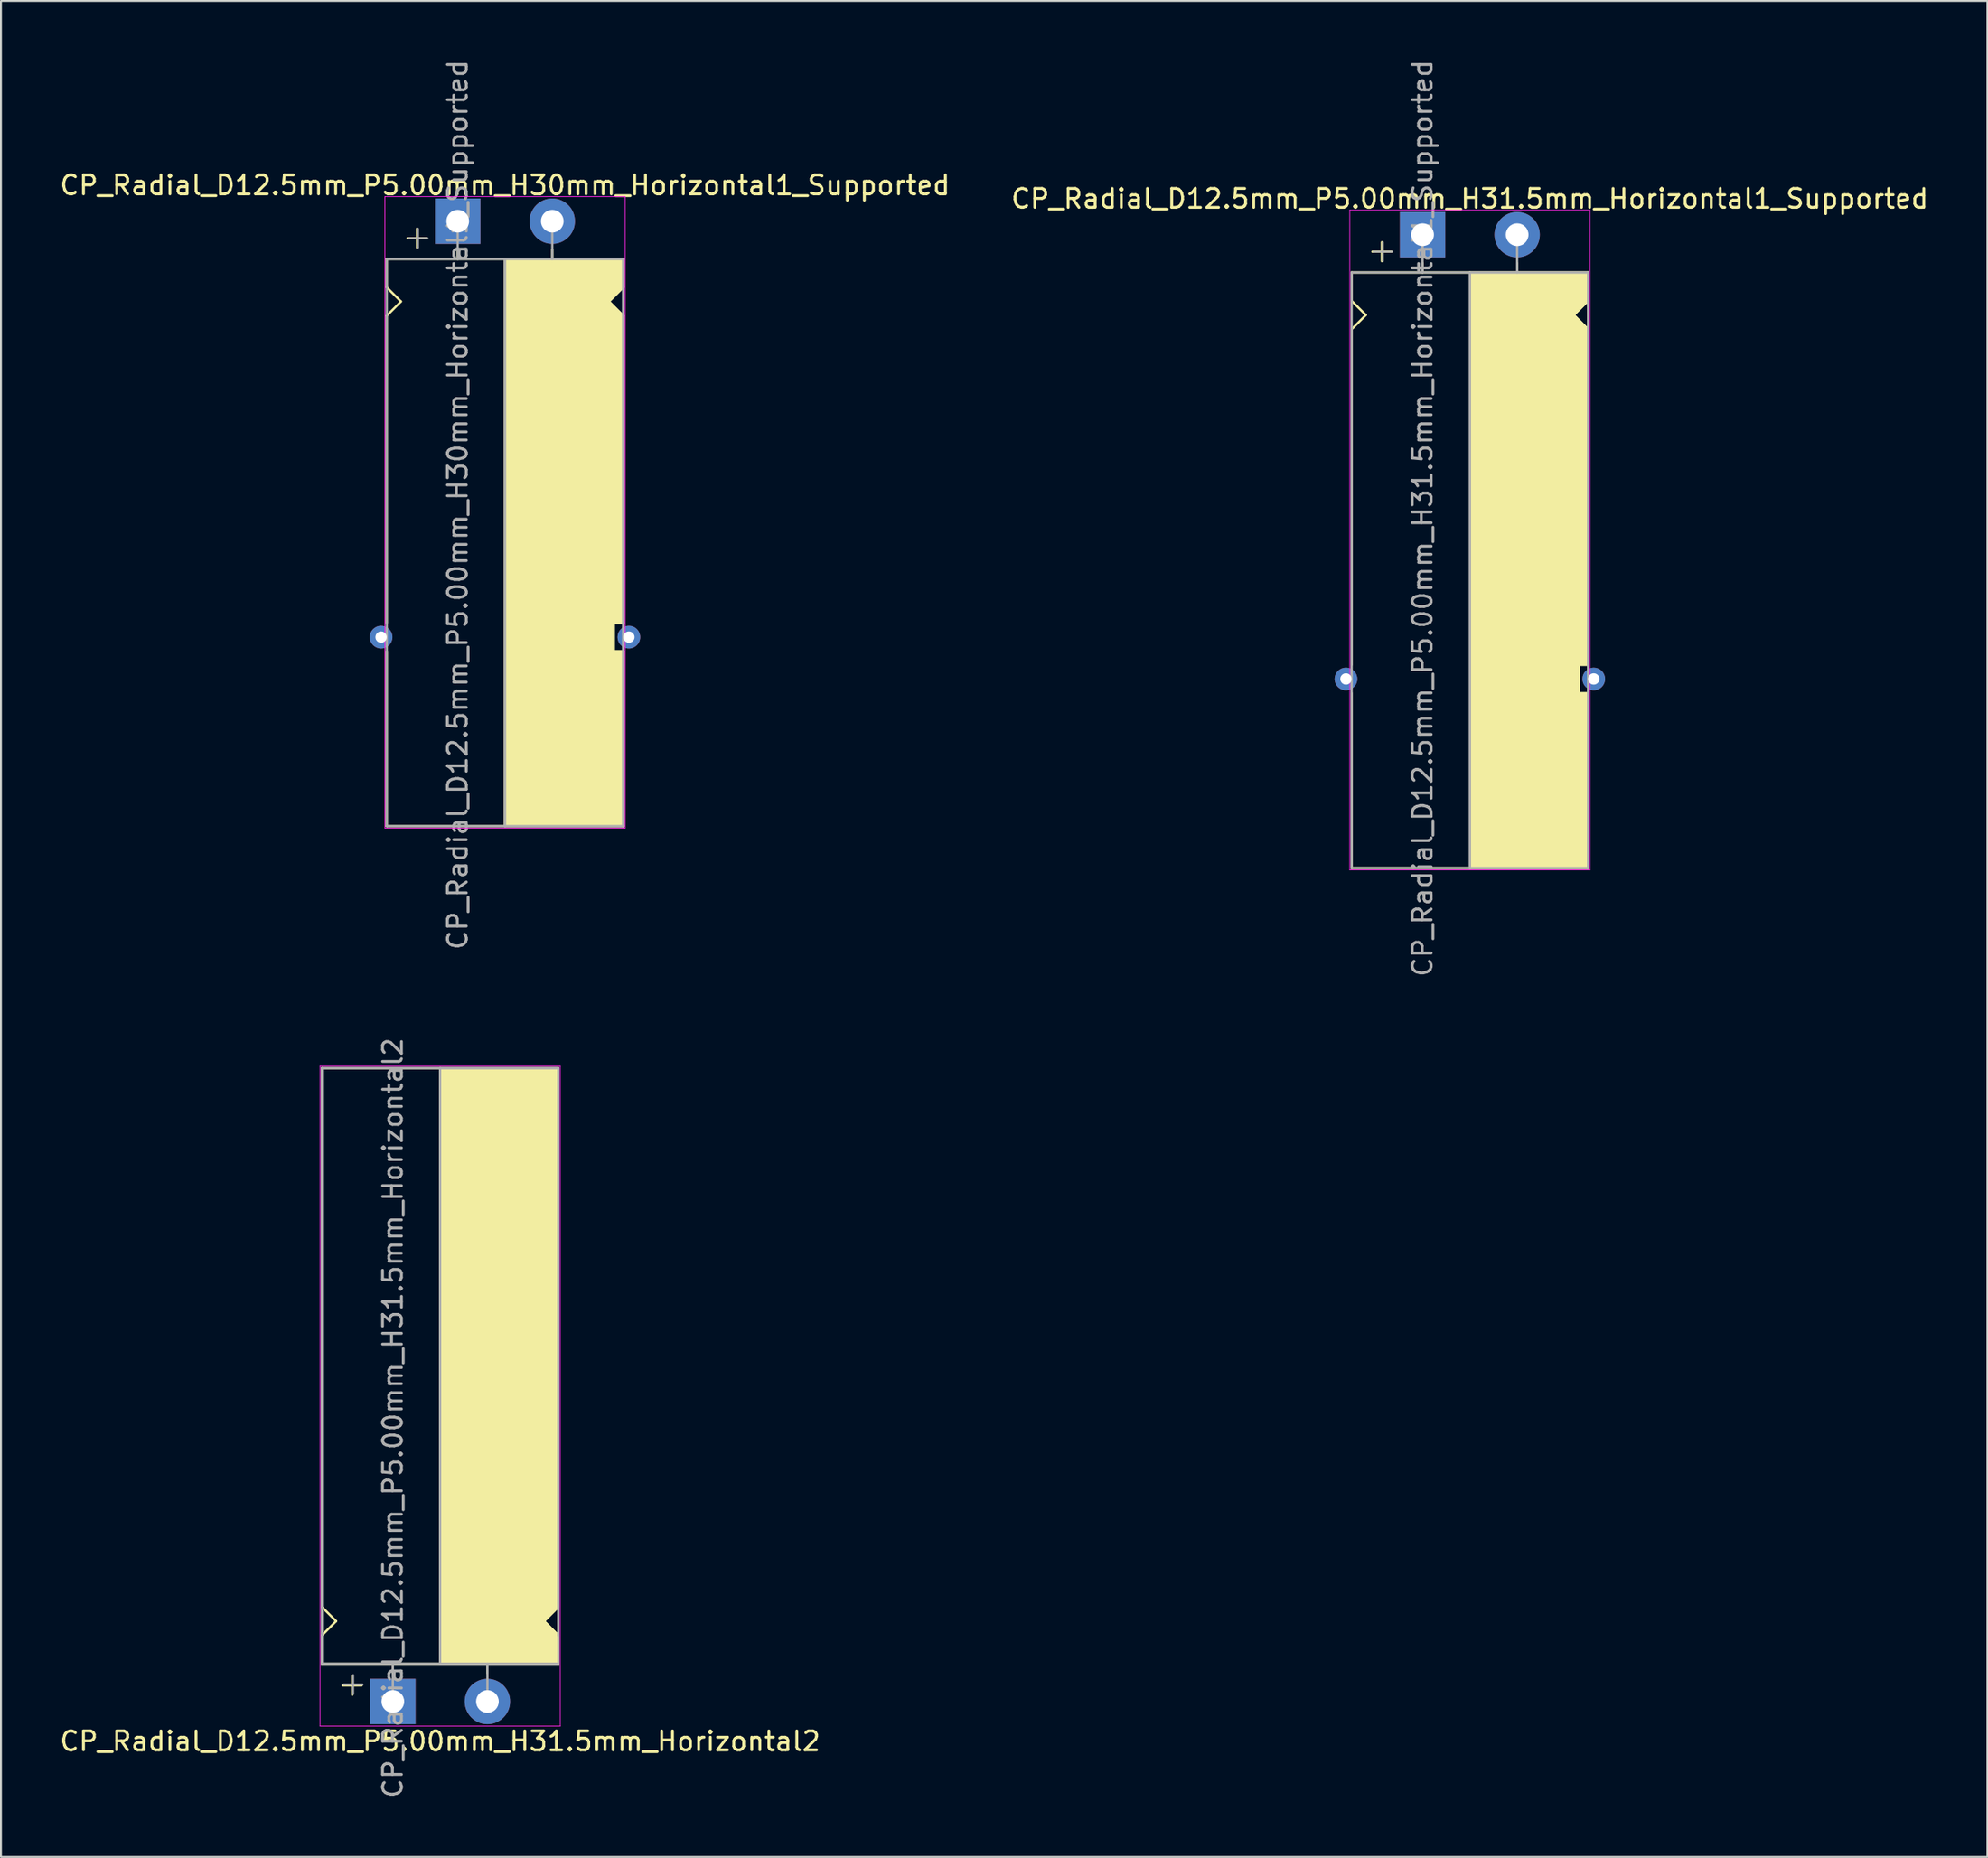
<source format=kicad_pcb>
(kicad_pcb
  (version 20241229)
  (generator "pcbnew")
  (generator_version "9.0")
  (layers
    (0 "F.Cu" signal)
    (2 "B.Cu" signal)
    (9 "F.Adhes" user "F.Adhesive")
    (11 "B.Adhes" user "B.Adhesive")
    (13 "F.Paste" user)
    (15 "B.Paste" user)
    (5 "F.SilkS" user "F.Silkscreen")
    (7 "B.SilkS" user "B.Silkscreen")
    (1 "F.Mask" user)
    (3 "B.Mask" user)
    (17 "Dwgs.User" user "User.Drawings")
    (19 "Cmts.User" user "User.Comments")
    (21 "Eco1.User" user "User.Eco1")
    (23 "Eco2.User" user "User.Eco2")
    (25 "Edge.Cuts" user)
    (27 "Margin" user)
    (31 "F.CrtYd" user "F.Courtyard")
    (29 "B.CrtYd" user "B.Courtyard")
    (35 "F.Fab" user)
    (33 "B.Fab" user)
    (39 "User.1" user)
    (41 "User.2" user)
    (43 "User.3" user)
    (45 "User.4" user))
  (footprint "CP_Radial_D12.5mm_P5.00mm_H31.5mm_Horizontal2"
    (layer "F.Cu")
    (at 17.72 86.946)
    (property "Reference" "CP_Radial_D12.5mm_P5.00mm_H31.5mm_Horizontal2" (at 2.5 2.1 180) (layer "F.SilkS") (effects (font (size 1 1) (thickness 0.15))))
    (attr through_hole)
    (fp_line (start -3.75 -5) (end -3.75 -33.5) (stroke (width 0.12) (type solid)) (layer "F.SilkS"))
    (fp_line (start -3.75 -3.5) (end -3 -4.25) (stroke (width 0.12) (type solid)) (layer "F.SilkS"))
    (fp_line (start -3.75 -2) (end -3.75 -3.5) (stroke (width 0.12) (type solid)) (layer "F.SilkS"))
    (fp_line (start -3 -4.25) (end -3.75 -5) (stroke (width 0.12) (type solid)) (layer "F.SilkS"))
    (fp_line (start -2.15 -1.35) (end -2.15 -0.35) (stroke (width 0.12) (type solid)) (layer "F.SilkS"))
    (fp_line (start -1.65 -0.85) (end -2.65 -0.85) (stroke (width 0.12) (type solid)) (layer "F.SilkS"))
    (fp_line (start 0 -1.5) (end 0 -2) (stroke (width 0.12) (type solid)) (layer "F.SilkS"))
    (fp_line (start 2.5 -2) (end -3.75 -2) (stroke (width 0.12) (type solid)) (layer "F.SilkS"))
    (fp_line (start 2.5 -2) (end 2.5 -33.5) (stroke (width 0.12) (type solid)) (layer "F.SilkS"))
    (fp_line (start 2.5 -2) (end 8.75 -2) (stroke (width 0.12) (type solid)) (layer "F.SilkS"))
    (fp_line (start 5 -1.5) (end 5 -2) (stroke (width 0.12) (type solid)) (layer "F.SilkS"))
    (fp_line (start 8 -4.25) (end 8.75 -5) (stroke (width 0.12) (type solid)) (layer "F.SilkS"))
    (fp_line (start 8.75 -33.5) (end -3.75 -33.5) (stroke (width 0.12) (type solid)) (layer "F.SilkS"))
    (fp_line (start 8.75 -5) (end 8.75 -33.5) (stroke (width 0.12) (type solid)) (layer "F.SilkS"))
    (fp_line (start 8.75 -3.5) (end 8 -4.25) (stroke (width 0.12) (type solid)) (layer "F.SilkS"))
    (fp_line (start 8.75 -2) (end 8.75 -3.5) (stroke (width 0.12) (type solid)) (layer "F.SilkS"))
    (fp_poly (pts (xy 8.75 -3.5) (xy 8 -4.25) (xy 8.75 -5) (xy 8.75 -33.5) (xy 2.5 -33.5) (xy 2.5 -2) (xy 8.75 -2)) (stroke (width 0.1) (type solid)) (fill yes) (layer "F.SilkS"))
    (fp_line (start -3.85 -33.6) (end -3.85 1.3) (stroke (width 0.04) (type solid)) (layer "F.CrtYd"))
    (fp_line (start 8.85 -33.6) (end -3.85 -33.6) (stroke (width 0.04) (type solid)) (layer "F.CrtYd"))
    (fp_line (start 8.85 1.3) (end -3.85 1.3) (stroke (width 0.04) (type solid)) (layer "F.CrtYd"))
    (fp_line (start 8.85 1.3) (end 8.85 -33.6) (stroke (width 0.04) (type solid)) (layer "F.CrtYd"))
    (fp_line (start -3.75 -33.5) (end 8.75 -33.5) (stroke (width 0.12) (type solid)) (layer "F.Fab"))
    (fp_line (start -3.75 -2) (end -3.75 -33.5) (stroke (width 0.12) (type solid)) (layer "F.Fab"))
    (fp_line (start -2.6 -0.9) (end -1.6 -0.9) (stroke (width 0.1) (type solid)) (layer "F.Fab"))
    (fp_line (start -2.1 -0.4) (end -2.1 -1.4) (stroke (width 0.1) (type solid)) (layer "F.Fab"))
    (fp_line (start 0 -2) (end -3.75 -2) (stroke (width 0.12) (type solid)) (layer "F.Fab"))
    (fp_line (start 0 0) (end 0 -2) (stroke (width 0.12) (type solid)) (layer "F.Fab"))
    (fp_line (start 2.5 -2) (end 2.5 -33.5) (stroke (width 0.12) (type solid)) (layer "F.Fab"))
    (fp_line (start 5 -2) (end 5 0) (stroke (width 0.12) (type solid)) (layer "F.Fab"))
    (fp_line (start 8.75 -33.5) (end 8.75 -3.5) (stroke (width 0.12) (type solid)) (layer "F.Fab"))
    (fp_line (start 8.75 -2) (end 0 -2) (stroke (width 0.12) (type solid)) (layer "F.Fab"))
    (fp_poly (pts (xy 8.75 -33.5) (xy 2.5 -33.5) (xy 2.5 -2) (xy 8.75 -2)) (stroke (width 0.1) (type solid)) (fill no) (layer "F.Fab"))
    (fp_text user "${REFERENCE}" (at 0 -15 90) (layer "F.Fab") (effects (font (size 1 1) (thickness 0.15))))
    (pad "1" thru_hole rect (at 0 0) (size 2.4 2.4) (drill 1.2) (layers "*.Cu" "*.Mask"))
    (pad "2" thru_hole circle (at 5 0) (size 2.4 2.4) (drill 1.2) (layers "*.Cu" "*.Mask")))
  (footprint "CP_Radial_D12.5mm_P5.00mm_H31.5mm_Horizontal1_Supported"
    (layer "F.Cu")
    (at 72.161 9.363)
    (property "Reference" "CP_Radial_D12.5mm_P5.00mm_H31.5mm_Horizontal1_Supported" (at 2.5 -1.9 180) (layer "F.SilkS") (effects (font (size 1 1) (thickness 0.15))))
    (attr through_hole)
    (fp_line (start -3.75 2) (end -3.75 3.5) (stroke (width 0.12) (type solid)) (layer "F.SilkS"))
    (fp_line (start -3.75 3.5) (end -3 4.25) (stroke (width 0.12) (type solid)) (layer "F.SilkS"))
    (fp_line (start -3.75 5) (end -3.75 22.75) (stroke (width 0.12) (type solid)) (layer "F.SilkS"))
    (fp_line (start -3.75 33.5) (end -3.75 24.25) (stroke (width 0.12) (type solid)) (layer "F.SilkS"))
    (fp_line (start -3 4.25) (end -3.75 5) (stroke (width 0.12) (type solid)) (layer "F.SilkS"))
    (fp_line (start -2.15 0.4) (end -2.15 1.4) (stroke (width 0.12) (type solid)) (layer "F.SilkS"))
    (fp_line (start -1.65 0.9) (end -2.65 0.9) (stroke (width 0.12) (type solid)) (layer "F.SilkS"))
    (fp_line (start 0 1.5) (end 0 2) (stroke (width 0.12) (type solid)) (layer "F.SilkS"))
    (fp_line (start 2.5 2) (end -3.75 2) (stroke (width 0.12) (type solid)) (layer "F.SilkS"))
    (fp_line (start 2.5 2) (end 2.5 33.5) (stroke (width 0.12) (type solid)) (layer "F.SilkS"))
    (fp_line (start 2.5 2) (end 8.75 2) (stroke (width 0.12) (type solid)) (layer "F.SilkS"))
    (fp_line (start 5 1.5) (end 5 2) (stroke (width 0.12) (type solid)) (layer "F.SilkS"))
    (fp_line (start 8 4.25) (end 8.75 5) (stroke (width 0.12) (type solid)) (layer "F.SilkS"))
    (fp_line (start 8.25 22.75) (end 8.75 22.75) (stroke (width 0.12) (type solid)) (layer "F.SilkS"))
    (fp_line (start 8.25 24.25) (end 8.25 22.75) (stroke (width 0.12) (type solid)) (layer "F.SilkS"))
    (fp_line (start 8.75 2) (end 8.75 3.5) (stroke (width 0.12) (type solid)) (layer "F.SilkS"))
    (fp_line (start 8.75 3.5) (end 8 4.25) (stroke (width 0.12) (type solid)) (layer "F.SilkS"))
    (fp_line (start 8.75 5) (end 8.75 22.75) (stroke (width 0.12) (type solid)) (layer "F.SilkS"))
    (fp_line (start 8.75 24.25) (end 8.25 24.25) (stroke (width 0.12) (type solid)) (layer "F.SilkS"))
    (fp_line (start 8.75 33.5) (end -3.75 33.5) (stroke (width 0.12) (type solid)) (layer "F.SilkS"))
    (fp_line (start 8.75 33.5) (end 8.75 24.25) (stroke (width 0.12) (type solid)) (layer "F.SilkS"))
    (fp_poly (pts (xy 8.75 3.5) (xy 8 4.25) (xy 8.75 5) (xy 8.75 22.75) (xy 8.25 22.75) (xy 8.25 24.25) (xy 8.75 24.25) (xy 8.75 33.5) (xy 2.5 33.5) (xy 2.5 2) (xy 8.75 2)) (stroke (width 0.1) (type solid)) (fill yes) (layer "F.SilkS"))
    (fp_line (start -3.85 -1.3) (end 8.85 -1.3) (stroke (width 0.04) (type solid)) (layer "F.CrtYd"))
    (fp_line (start -3.85 33.6) (end -3.85 -1.3) (stroke (width 0.04) (type solid)) (layer "F.CrtYd"))
    (fp_line (start 8.85 -1.3) (end 8.85 33.6) (stroke (width 0.04) (type solid)) (layer "F.CrtYd"))
    (fp_line (start 8.85 33.6) (end -3.85 33.6) (stroke (width 0.04) (type solid)) (layer "F.CrtYd"))
    (fp_line (start -3.75 2) (end -3.75 33.5) (stroke (width 0.12) (type solid)) (layer "F.Fab"))
    (fp_line (start -3.75 33.5) (end 8.75 33.5) (stroke (width 0.12) (type solid)) (layer "F.Fab"))
    (fp_line (start -2.6 0.9) (end -1.6 0.9) (stroke (width 0.1) (type solid)) (layer "F.Fab"))
    (fp_line (start -2.1 1.4) (end -2.1 0.4) (stroke (width 0.1) (type solid)) (layer "F.Fab"))
    (fp_line (start 0 0) (end 0 2) (stroke (width 0.12) (type solid)) (layer "F.Fab"))
    (fp_line (start 0 2) (end -3.75 2) (stroke (width 0.12) (type solid)) (layer "F.Fab"))
    (fp_line (start 2.5 2) (end 2.5 33.5) (stroke (width 0.12) (type solid)) (layer "F.Fab"))
    (fp_line (start 5 2) (end 5 0) (stroke (width 0.12) (type solid)) (layer "F.Fab"))
    (fp_line (start 8.75 2) (end 0 2) (stroke (width 0.12) (type solid)) (layer "F.Fab"))
    (fp_line (start 8.75 33.5) (end 8.75 2) (stroke (width 0.12) (type solid)) (layer "F.Fab"))
    (fp_poly (pts (xy 8.75 33.5) (xy 2.5 33.5) (xy 2.5 2) (xy 8.75 2)) (stroke (width 0.1) (type solid)) (fill no) (layer "F.Fab"))
    (fp_text user "${REFERENCE}" (at 0 15 90) (layer "F.Fab") (effects (font (size 1 1) (thickness 0.15))))
    (pad "" thru_hole circle (at -4.05 23.5) (size 1.2 1.2) (drill 0.6) (layers "*.Cu" "*.Mask"))
    (pad "" thru_hole circle (at 9.05 23.5) (size 1.2 1.2) (drill 0.6) (layers "*.Cu" "*.Mask"))
    (pad "1" thru_hole rect (at 0 0) (size 2.4 2.4) (drill 1.2) (layers "*.Cu" "*.Mask"))
    (pad "2" thru_hole circle (at 5 0) (size 2.4 2.4) (drill 1.2) (layers "*.Cu" "*.Mask")))
  (footprint "CP_Radial_D12.5mm_P5.00mm_H30mm_Horizontal1_Supported"
    (layer "F.Cu")
    (at 21.149 8.649)
    (property "Reference" "CP_Radial_D12.5mm_P5.00mm_H30mm_Horizontal1_Supported" (at 2.5 -1.9 180) (layer "F.SilkS") (effects (font (size 1 1) (thickness 0.15))))
    (attr through_hole)
    (fp_line (start -3.75 2) (end -3.75 3.5) (stroke (width 0.12) (type solid)) (layer "F.SilkS"))
    (fp_line (start -3.75 3.5) (end -3 4.25) (stroke (width 0.12) (type solid)) (layer "F.SilkS"))
    (fp_line (start -3.75 5) (end -3.75 21.25) (stroke (width 0.12) (type solid)) (layer "F.SilkS"))
    (fp_line (start -3.75 32) (end -3.75 22.75) (stroke (width 0.12) (type solid)) (layer "F.SilkS"))
    (fp_line (start -3 4.25) (end -3.75 5) (stroke (width 0.12) (type solid)) (layer "F.SilkS"))
    (fp_line (start -2.15 0.4) (end -2.15 1.4) (stroke (width 0.12) (type solid)) (layer "F.SilkS"))
    (fp_line (start -1.65 0.9) (end -2.65 0.9) (stroke (width 0.12) (type solid)) (layer "F.SilkS"))
    (fp_line (start 0 1.5) (end 0 2) (stroke (width 0.12) (type solid)) (layer "F.SilkS"))
    (fp_line (start 2.5 2) (end -3.75 2) (stroke (width 0.12) (type solid)) (layer "F.SilkS"))
    (fp_line (start 2.5 2) (end 2.5 32) (stroke (width 0.12) (type solid)) (layer "F.SilkS"))
    (fp_line (start 2.5 2) (end 8.75 2) (stroke (width 0.12) (type solid)) (layer "F.SilkS"))
    (fp_line (start 5 1.5) (end 5 2) (stroke (width 0.12) (type solid)) (layer "F.SilkS"))
    (fp_line (start 8 4.25) (end 8.75 5) (stroke (width 0.12) (type solid)) (layer "F.SilkS"))
    (fp_line (start 8.25 21.25) (end 8.75 21.25) (stroke (width 0.12) (type solid)) (layer "F.SilkS"))
    (fp_line (start 8.25 22.75) (end 8.25 21.25) (stroke (width 0.12) (type solid)) (layer "F.SilkS"))
    (fp_line (start 8.75 2) (end 8.75 3.5) (stroke (width 0.12) (type solid)) (layer "F.SilkS"))
    (fp_line (start 8.75 3.5) (end 8 4.25) (stroke (width 0.12) (type solid)) (layer "F.SilkS"))
    (fp_line (start 8.75 5) (end 8.75 21.25) (stroke (width 0.12) (type solid)) (layer "F.SilkS"))
    (fp_line (start 8.75 22.75) (end 8.25 22.75) (stroke (width 0.12) (type solid)) (layer "F.SilkS"))
    (fp_line (start 8.75 32) (end -3.75 32) (stroke (width 0.12) (type solid)) (layer "F.SilkS"))
    (fp_line (start 8.75 32) (end 8.75 22.75) (stroke (width 0.12) (type solid)) (layer "F.SilkS"))
    (fp_poly (pts (xy 8.75 3.5) (xy 8 4.25) (xy 8.75 5) (xy 8.75 21.25) (xy 8.25 21.25) (xy 8.25 22.75) (xy 8.75 22.75) (xy 8.75 32) (xy 2.5 32) (xy 2.5 2) (xy 8.75 2)) (stroke (width 0.1) (type solid)) (fill yes) (layer "F.SilkS"))
    (fp_line (start -3.85 -1.3) (end 8.85 -1.3) (stroke (width 0.04) (type solid)) (layer "F.CrtYd"))
    (fp_line (start -3.85 32.1) (end -3.85 -1.3) (stroke (width 0.04) (type solid)) (layer "F.CrtYd"))
    (fp_line (start 8.85 -1.3) (end 8.85 32.1) (stroke (width 0.04) (type solid)) (layer "F.CrtYd"))
    (fp_line (start 8.85 32.1) (end -3.85 32.1) (stroke (width 0.04) (type solid)) (layer "F.CrtYd"))
    (fp_line (start -3.75 2) (end -3.75 32) (stroke (width 0.12) (type solid)) (layer "F.Fab"))
    (fp_line (start -3.75 32) (end 8.75 32) (stroke (width 0.12) (type solid)) (layer "F.Fab"))
    (fp_line (start -2.6 0.9) (end -1.6 0.9) (stroke (width 0.1) (type solid)) (layer "F.Fab"))
    (fp_line (start -2.1 1.4) (end -2.1 0.4) (stroke (width 0.1) (type solid)) (layer "F.Fab"))
    (fp_line (start 0 0) (end 0 2) (stroke (width 0.12) (type solid)) (layer "F.Fab"))
    (fp_line (start 0 2) (end -3.75 2) (stroke (width 0.12) (type solid)) (layer "F.Fab"))
    (fp_line (start 2.5 2) (end 2.5 32) (stroke (width 0.12) (type solid)) (layer "F.Fab"))
    (fp_line (start 5 2) (end 5 0) (stroke (width 0.12) (type solid)) (layer "F.Fab"))
    (fp_line (start 8.75 2) (end 0 2) (stroke (width 0.12) (type solid)) (layer "F.Fab"))
    (fp_line (start 8.75 32) (end 8.75 2) (stroke (width 0.12) (type solid)) (layer "F.Fab"))
    (fp_poly (pts (xy 8.75 32) (xy 2.5 32) (xy 2.5 2) (xy 8.75 2)) (stroke (width 0.1) (type solid)) (fill no) (layer "F.Fab"))
    (fp_text user "${REFERENCE}" (at 0 15 90) (layer "F.Fab") (effects (font (size 1 1) (thickness 0.15))))
    (pad "" thru_hole circle (at -4.05 22) (size 1.2 1.2) (drill 0.6) (layers "*.Cu" "*.Mask"))
    (pad "" thru_hole circle (at 9.05 22) (size 1.2 1.2) (drill 0.6) (layers "*.Cu" "*.Mask"))
    (pad "1" thru_hole rect (at 0 0) (size 2.4 2.4) (drill 1.2) (layers "*.Cu" "*.Mask"))
    (pad "2" thru_hole circle (at 5 0) (size 2.4 2.4) (drill 1.2) (layers "*.Cu" "*.Mask")))
  (gr_rect
    (start -3 -3)
    (end 102.024 95.167)
    (stroke (width 0.1) (type default))
    (fill no)
    (layer "Edge.Cuts")))
</source>
